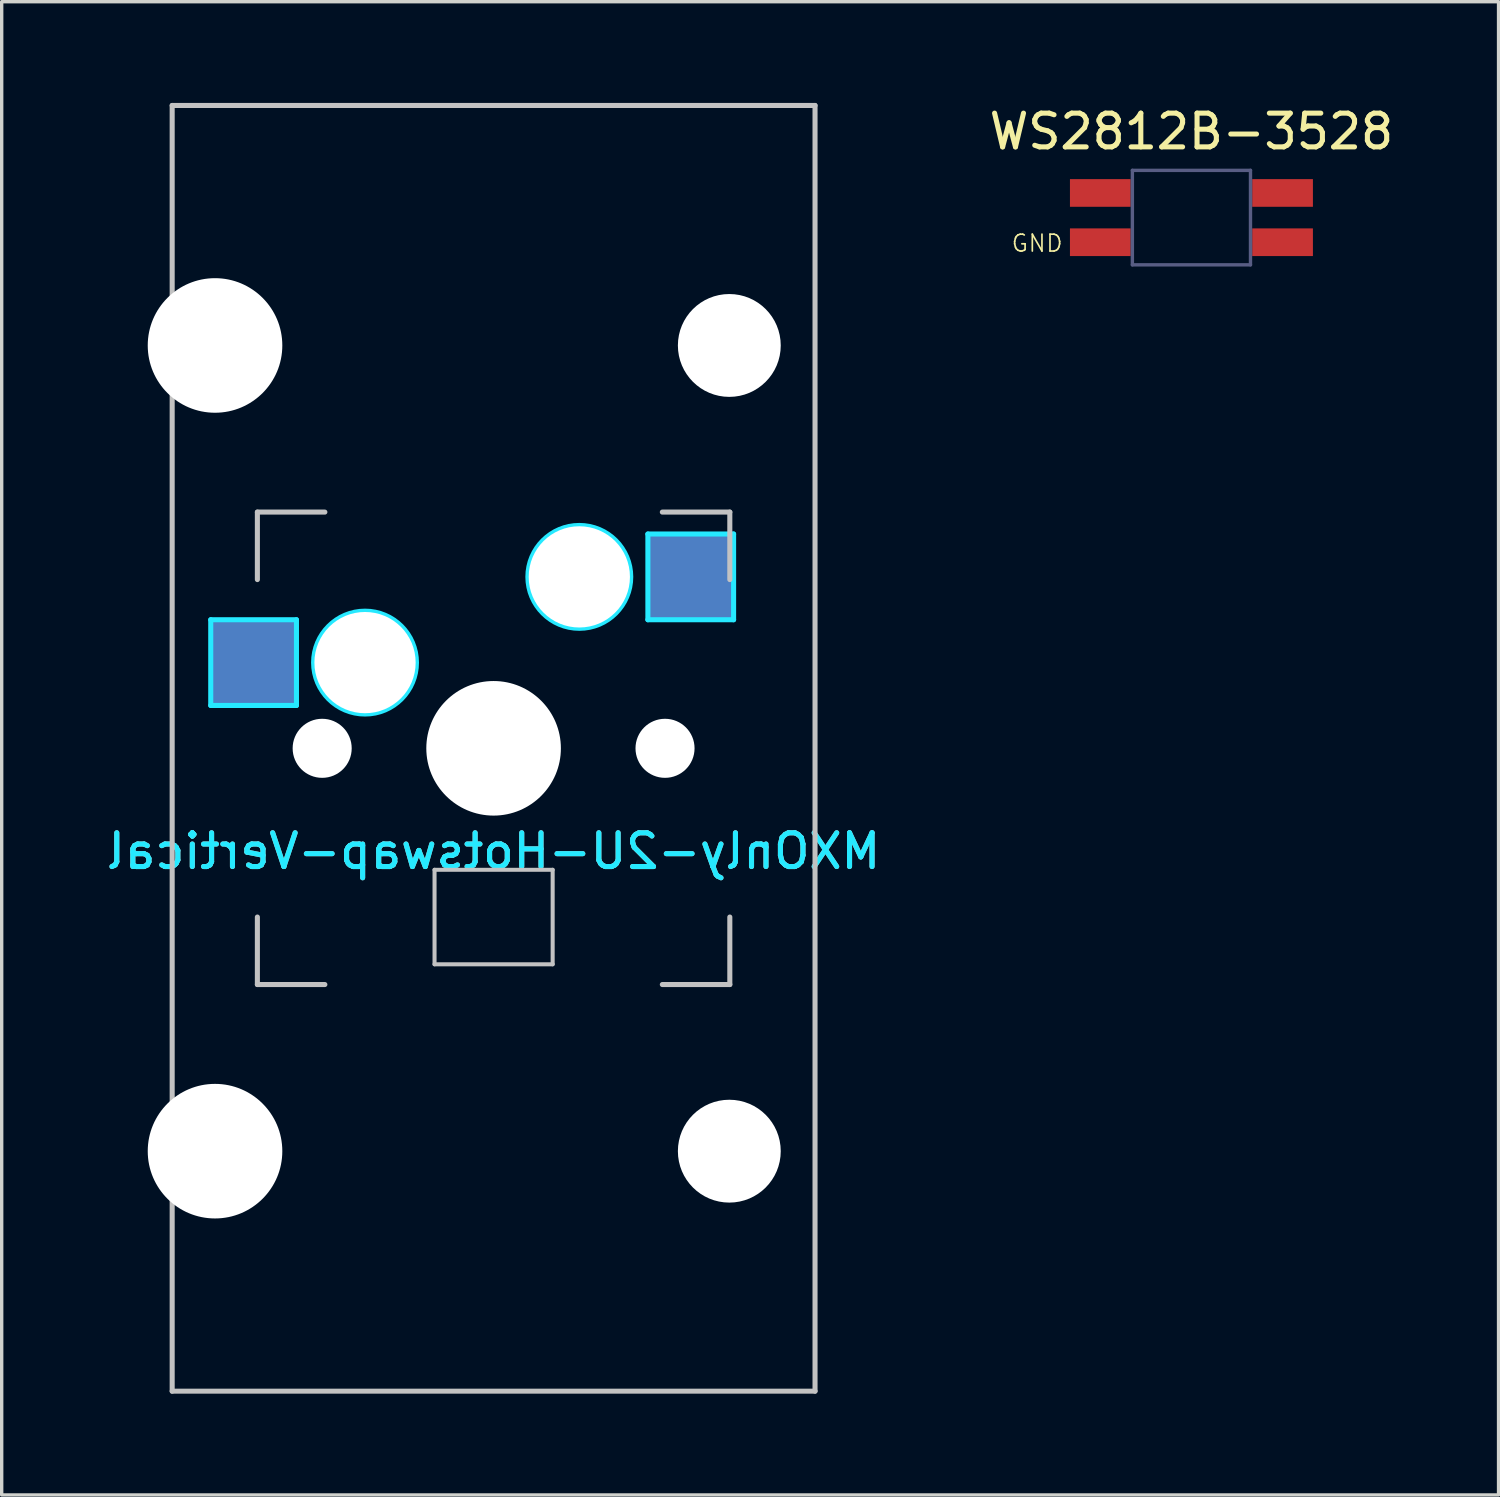
<source format=kicad_pcb>
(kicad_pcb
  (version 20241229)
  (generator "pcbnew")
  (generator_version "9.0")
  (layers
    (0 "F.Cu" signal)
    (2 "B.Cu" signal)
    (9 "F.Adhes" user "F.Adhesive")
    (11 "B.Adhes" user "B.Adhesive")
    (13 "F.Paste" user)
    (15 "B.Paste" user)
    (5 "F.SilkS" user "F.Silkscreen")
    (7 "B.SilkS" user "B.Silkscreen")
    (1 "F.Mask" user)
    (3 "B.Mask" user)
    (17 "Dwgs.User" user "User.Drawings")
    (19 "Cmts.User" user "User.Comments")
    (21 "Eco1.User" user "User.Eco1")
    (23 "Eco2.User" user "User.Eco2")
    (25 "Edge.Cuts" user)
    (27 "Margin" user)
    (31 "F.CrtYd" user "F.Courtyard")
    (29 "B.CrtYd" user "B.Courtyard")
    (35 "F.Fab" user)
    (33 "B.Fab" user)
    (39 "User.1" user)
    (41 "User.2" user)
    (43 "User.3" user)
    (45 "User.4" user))
  (footprint "WS2812B-3528"
    (layer "F.Cu")
    (at 32.256 3.398)
    (property "Reference" "WS2812B-3528" (at 0 -2.55 0) (unlocked yes) (layer "F.SilkS") (effects (font (size 1 1) (thickness 0.15))))
    (attr through_hole)
    (fp_line (start -1.75 -1.4) (end -1.75 1.4) (stroke (width 0.1) (type solid)) (layer "B.Fab"))
    (fp_line (start -1.75 1.4) (end 1.75 1.4) (stroke (width 0.1) (type solid)) (layer "B.Fab"))
    (fp_line (start 1.75 -1.4) (end -1.75 -1.4) (stroke (width 0.1) (type solid)) (layer "B.Fab"))
    (fp_line (start 1.75 1.4) (end 1.75 -1.4) (stroke (width 0.1) (type solid)) (layer "B.Fab"))
    (fp_text user "GND" (at -4.572 0.762 0) (unlocked yes) (layer "F.SilkS") (effects (font (size 0.5 0.5) (thickness 0.05))))
    (pad "1" smd rect (at 2.7 -0.73) (size 1.8 0.82) (layers "F.Cu" "F.Mask" "F.Paste"))
    (pad "2" smd rect (at 2.7 0.73) (size 1.8 0.82) (layers "F.Cu" "F.Mask" "F.Paste"))
    (pad "3" smd rect (at -2.7 0.73) (size 1.8 0.82) (layers "F.Cu" "F.Mask" "F.Paste"))
    (pad "4" smd rect (at -2.7 -0.73) (size 1.8 0.82) (layers "F.Cu" "F.Mask" "F.Paste")))
  (footprint "MXOnly-2U-Hotswap-Vertical"
    (layer "F.Cu")
    (at 11.577 19.125)
    (property "Reference" "MXOnly-2U-Hotswap-Vertical" (at 0 3.048 0) (layer "B.CrtYd") (effects (font (size 1 1) (thickness 0.15)) (justify mirror)))
    (attr smd)
    (fp_line (start -9.525 -19.05) (end 9.525 -19.05) (stroke (width 0.15) (type solid)) (layer "Dwgs.User"))
    (fp_line (start -9.525 19.05) (end -9.525 -19.05) (stroke (width 0.15) (type solid)) (layer "Dwgs.User"))
    (fp_line (start -7 -7) (end -7 -5) (stroke (width 0.15) (type solid)) (layer "Dwgs.User"))
    (fp_line (start -7 5) (end -7 7) (stroke (width 0.15) (type solid)) (layer "Dwgs.User"))
    (fp_line (start -7 7) (end -5 7) (stroke (width 0.15) (type solid)) (layer "Dwgs.User"))
    (fp_line (start -5 -7) (end -7 -7) (stroke (width 0.15) (type solid)) (layer "Dwgs.User"))
    (fp_line (start -1.75 3.6) (end -1.75 6.4) (stroke (width 0.12) (type solid)) (layer "Dwgs.User"))
    (fp_line (start -1.75 6.4) (end 1.75 6.4) (stroke (width 0.12) (type solid)) (layer "Dwgs.User"))
    (fp_line (start 1.75 3.6) (end -1.75 3.6) (stroke (width 0.12) (type solid)) (layer "Dwgs.User"))
    (fp_line (start 1.75 6.4) (end 1.75 3.6) (stroke (width 0.12) (type solid)) (layer "Dwgs.User"))
    (fp_line (start 5 -7) (end 7 -7) (stroke (width 0.15) (type solid)) (layer "Dwgs.User"))
    (fp_line (start 5 7) (end 7 7) (stroke (width 0.15) (type solid)) (layer "Dwgs.User"))
    (fp_line (start 7 -7) (end 7 -5) (stroke (width 0.15) (type solid)) (layer "Dwgs.User"))
    (fp_line (start 7 7) (end 7 5) (stroke (width 0.15) (type solid)) (layer "Dwgs.User"))
    (fp_line (start 9.525 -19.05) (end 9.525 19.05) (stroke (width 0.15) (type solid)) (layer "Dwgs.User"))
    (fp_line (start 9.525 19.05) (end -9.525 19.05) (stroke (width 0.15) (type solid)) (layer "Dwgs.User"))
    (fp_line (start -8.382 -3.81) (end -5.842 -3.81) (stroke (width 0.15) (type solid)) (layer "B.CrtYd"))
    (fp_line (start -8.382 -1.27) (end -8.382 -3.81) (stroke (width 0.15) (type solid)) (layer "B.CrtYd"))
    (fp_line (start -5.842 -3.81) (end -5.842 -1.27) (stroke (width 0.15) (type solid)) (layer "B.CrtYd"))
    (fp_line (start -5.842 -1.27) (end -8.382 -1.27) (stroke (width 0.15) (type solid)) (layer "B.CrtYd"))
    (fp_line (start 4.572 -6.35) (end 7.112 -6.35) (stroke (width 0.15) (type solid)) (layer "B.CrtYd"))
    (fp_line (start 4.572 -3.81) (end 4.572 -6.35) (stroke (width 0.15) (type solid)) (layer "B.CrtYd"))
    (fp_line (start 7.112 -6.35) (end 7.112 -3.81) (stroke (width 0.15) (type solid)) (layer "B.CrtYd"))
    (fp_line (start 7.112 -3.81) (end 4.572 -3.81) (stroke (width 0.15) (type solid)) (layer "B.CrtYd"))
    (fp_circle (center -3.81 -2.54) (end -3.81 -4.064) (stroke (width 0.15) (type solid)) (fill no) (layer "B.CrtYd"))
    (fp_circle (center 2.54 -5.08) (end 2.54 -6.604) (stroke (width 0.15) (type solid)) (fill no) (layer "B.CrtYd"))
    (fp_text user "${REFERENCE}" (at 0 3.048 0) (layer "B.SilkS") (effects (font (size 1 1) (thickness 0.15)) (justify mirror)))
    (pad "" np_thru_hole circle (at -8.255 -11.938 270) (size 3.988 3.988) (drill 3.988) (layers "*.Cu" "*.Mask"))
    (pad "" np_thru_hole circle (at -8.255 11.938 270) (size 3.988 3.988) (drill 3.988) (layers "*.Cu" "*.Mask"))
    (pad "" np_thru_hole circle (at -5.08 0 48.1) (size 1.75 1.75) (drill 1.75) (layers "*.Cu" "*.Mask"))
    (pad "" np_thru_hole circle (at -3.81 -2.54) (size 3 3) (drill 3) (layers "*.Cu" "*.Mask"))
    (pad "" np_thru_hole circle (at 0 0) (size 3.988 3.988) (drill 3.988) (layers "*.Cu" "*.Mask"))
    (pad "" np_thru_hole circle (at 2.54 -5.08) (size 3 3) (drill 3) (layers "*.Cu" "*.Mask"))
    (pad "" np_thru_hole circle (at 5.08 0 48.1) (size 1.75 1.75) (drill 1.75) (layers "*.Cu" "*.Mask"))
    (pad "" np_thru_hole circle (at 6.985 -11.938 270) (size 3.048 3.048) (drill 3.048) (layers "*.Cu" "*.Mask"))
    (pad "" np_thru_hole circle (at 6.985 11.938 270) (size 3.048 3.048) (drill 3.048) (layers "*.Cu" "*.Mask"))
    (pad "1" smd rect (at -7.085 -2.54) (size 2.55 2.5) (layers "B.Cu" "B.Mask" "B.Paste"))
    (pad "2" smd rect (at 5.842 -5.08) (size 2.55 2.5) (layers "B.Cu" "B.Mask" "B.Paste")))
  (gr_rect
    (start -3 -3)
    (end 41.357 41.25)
    (stroke (width 0.1) (type default))
    (fill no)
    (layer "Edge.Cuts")))
</source>
